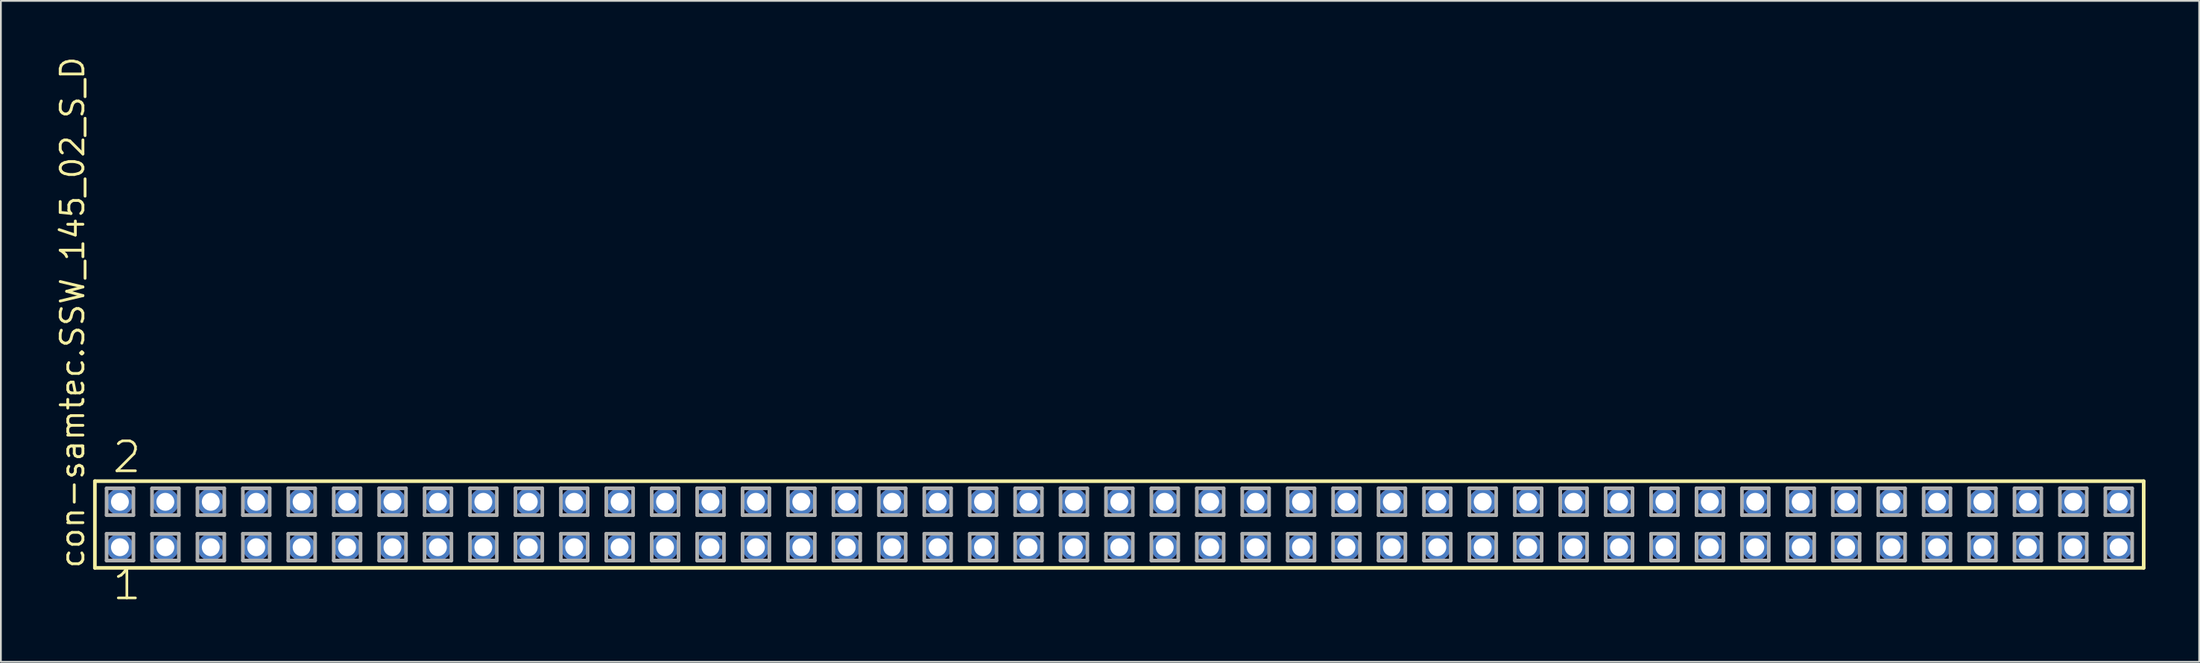
<source format=kicad_pcb>
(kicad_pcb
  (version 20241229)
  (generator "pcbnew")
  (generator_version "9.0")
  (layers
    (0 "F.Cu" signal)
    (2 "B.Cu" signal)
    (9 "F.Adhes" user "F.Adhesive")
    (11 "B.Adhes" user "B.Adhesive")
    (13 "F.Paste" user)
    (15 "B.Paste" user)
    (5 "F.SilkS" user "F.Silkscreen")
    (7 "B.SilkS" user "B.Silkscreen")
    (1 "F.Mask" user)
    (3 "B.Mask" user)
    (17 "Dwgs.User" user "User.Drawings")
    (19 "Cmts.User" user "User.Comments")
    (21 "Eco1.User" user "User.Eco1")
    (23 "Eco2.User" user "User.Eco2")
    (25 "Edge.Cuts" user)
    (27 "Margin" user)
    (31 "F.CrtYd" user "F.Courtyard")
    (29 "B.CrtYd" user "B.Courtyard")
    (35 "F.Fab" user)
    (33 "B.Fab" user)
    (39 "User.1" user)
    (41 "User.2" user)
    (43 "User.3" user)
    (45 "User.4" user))
  (footprint "con-samtec.SSW_145_02_S_D"
    (layer "F.Cu")
    (at 59.535 26.291)
    (property "Reference" "con-samtec.SSW_145_02_S_D" (at -57.785 2.54 90) (layer "F.SilkS") (effects (font (size 1.27 1.27) (thickness 0.16)) (justify left bottom)))
    (attr through_hole)
    (fp_line (start -57.279 -2.425) (end 57.279 -2.425) (stroke (width 0.203) (type default)) (layer "F.SilkS"))
    (fp_line (start -57.279 2.425) (end -57.279 -2.425) (stroke (width 0.203) (type default)) (layer "F.SilkS"))
    (fp_line (start 57.279 -2.425) (end 57.279 2.425) (stroke (width 0.203) (type default)) (layer "F.SilkS"))
    (fp_line (start 57.279 2.425) (end -57.279 2.425) (stroke (width 0.203) (type default)) (layer "F.SilkS"))
    (fp_line (start -56.625 -2.025) (end -55.125 -2.025) (stroke (width 0.203) (type default)) (layer "F.Fab"))
    (fp_line (start -56.625 -0.525) (end -56.625 -2.025) (stroke (width 0.203) (type default)) (layer "F.Fab"))
    (fp_line (start -56.625 0.515) (end -55.125 0.515) (stroke (width 0.203) (type default)) (layer "F.Fab"))
    (fp_line (start -56.625 2.015) (end -56.625 0.515) (stroke (width 0.203) (type default)) (layer "F.Fab"))
    (fp_line (start -55.125 -2.025) (end -55.125 -0.525) (stroke (width 0.203) (type default)) (layer "F.Fab"))
    (fp_line (start -55.125 -0.525) (end -56.625 -0.525) (stroke (width 0.203) (type default)) (layer "F.Fab"))
    (fp_line (start -55.125 0.515) (end -55.125 2.015) (stroke (width 0.203) (type default)) (layer "F.Fab"))
    (fp_line (start -55.125 2.015) (end -56.625 2.015) (stroke (width 0.203) (type default)) (layer "F.Fab"))
    (fp_line (start -54.085 -2.025) (end -52.585 -2.025) (stroke (width 0.203) (type default)) (layer "F.Fab"))
    (fp_line (start -54.085 -0.525) (end -54.085 -2.025) (stroke (width 0.203) (type default)) (layer "F.Fab"))
    (fp_line (start -54.085 0.515) (end -52.585 0.515) (stroke (width 0.203) (type default)) (layer "F.Fab"))
    (fp_line (start -54.085 2.015) (end -54.085 0.515) (stroke (width 0.203) (type default)) (layer "F.Fab"))
    (fp_line (start -52.585 -2.025) (end -52.585 -0.525) (stroke (width 0.203) (type default)) (layer "F.Fab"))
    (fp_line (start -52.585 -0.525) (end -54.085 -0.525) (stroke (width 0.203) (type default)) (layer "F.Fab"))
    (fp_line (start -52.585 0.515) (end -52.585 2.015) (stroke (width 0.203) (type default)) (layer "F.Fab"))
    (fp_line (start -52.585 2.015) (end -54.085 2.015) (stroke (width 0.203) (type default)) (layer "F.Fab"))
    (fp_line (start -51.545 -2.025) (end -50.045 -2.025) (stroke (width 0.203) (type default)) (layer "F.Fab"))
    (fp_line (start -51.545 -0.525) (end -51.545 -2.025) (stroke (width 0.203) (type default)) (layer "F.Fab"))
    (fp_line (start -51.545 0.515) (end -50.045 0.515) (stroke (width 0.203) (type default)) (layer "F.Fab"))
    (fp_line (start -51.545 2.015) (end -51.545 0.515) (stroke (width 0.203) (type default)) (layer "F.Fab"))
    (fp_line (start -50.045 -2.025) (end -50.045 -0.525) (stroke (width 0.203) (type default)) (layer "F.Fab"))
    (fp_line (start -50.045 -0.525) (end -51.545 -0.525) (stroke (width 0.203) (type default)) (layer "F.Fab"))
    (fp_line (start -50.045 0.515) (end -50.045 2.015) (stroke (width 0.203) (type default)) (layer "F.Fab"))
    (fp_line (start -50.045 2.015) (end -51.545 2.015) (stroke (width 0.203) (type default)) (layer "F.Fab"))
    (fp_line (start -49.005 -2.025) (end -47.505 -2.025) (stroke (width 0.203) (type default)) (layer "F.Fab"))
    (fp_line (start -49.005 -0.525) (end -49.005 -2.025) (stroke (width 0.203) (type default)) (layer "F.Fab"))
    (fp_line (start -49.005 0.515) (end -47.505 0.515) (stroke (width 0.203) (type default)) (layer "F.Fab"))
    (fp_line (start -49.005 2.015) (end -49.005 0.515) (stroke (width 0.203) (type default)) (layer "F.Fab"))
    (fp_line (start -47.505 -2.025) (end -47.505 -0.525) (stroke (width 0.203) (type default)) (layer "F.Fab"))
    (fp_line (start -47.505 -0.525) (end -49.005 -0.525) (stroke (width 0.203) (type default)) (layer "F.Fab"))
    (fp_line (start -47.505 0.515) (end -47.505 2.015) (stroke (width 0.203) (type default)) (layer "F.Fab"))
    (fp_line (start -47.505 2.015) (end -49.005 2.015) (stroke (width 0.203) (type default)) (layer "F.Fab"))
    (fp_line (start -46.465 -2.025) (end -44.965 -2.025) (stroke (width 0.203) (type default)) (layer "F.Fab"))
    (fp_line (start -46.465 -0.525) (end -46.465 -2.025) (stroke (width 0.203) (type default)) (layer "F.Fab"))
    (fp_line (start -46.465 0.515) (end -44.965 0.515) (stroke (width 0.203) (type default)) (layer "F.Fab"))
    (fp_line (start -46.465 2.015) (end -46.465 0.515) (stroke (width 0.203) (type default)) (layer "F.Fab"))
    (fp_line (start -44.965 -2.025) (end -44.965 -0.525) (stroke (width 0.203) (type default)) (layer "F.Fab"))
    (fp_line (start -44.965 -0.525) (end -46.465 -0.525) (stroke (width 0.203) (type default)) (layer "F.Fab"))
    (fp_line (start -44.965 0.515) (end -44.965 2.015) (stroke (width 0.203) (type default)) (layer "F.Fab"))
    (fp_line (start -44.965 2.015) (end -46.465 2.015) (stroke (width 0.203) (type default)) (layer "F.Fab"))
    (fp_line (start -43.925 -2.025) (end -42.425 -2.025) (stroke (width 0.203) (type default)) (layer "F.Fab"))
    (fp_line (start -43.925 -0.525) (end -43.925 -2.025) (stroke (width 0.203) (type default)) (layer "F.Fab"))
    (fp_line (start -43.925 0.515) (end -42.425 0.515) (stroke (width 0.203) (type default)) (layer "F.Fab"))
    (fp_line (start -43.925 2.015) (end -43.925 0.515) (stroke (width 0.203) (type default)) (layer "F.Fab"))
    (fp_line (start -42.425 -2.025) (end -42.425 -0.525) (stroke (width 0.203) (type default)) (layer "F.Fab"))
    (fp_line (start -42.425 -0.525) (end -43.925 -0.525) (stroke (width 0.203) (type default)) (layer "F.Fab"))
    (fp_line (start -42.425 0.515) (end -42.425 2.015) (stroke (width 0.203) (type default)) (layer "F.Fab"))
    (fp_line (start -42.425 2.015) (end -43.925 2.015) (stroke (width 0.203) (type default)) (layer "F.Fab"))
    (fp_line (start -41.385 -2.025) (end -39.885 -2.025) (stroke (width 0.203) (type default)) (layer "F.Fab"))
    (fp_line (start -41.385 -0.525) (end -41.385 -2.025) (stroke (width 0.203) (type default)) (layer "F.Fab"))
    (fp_line (start -41.385 0.515) (end -39.885 0.515) (stroke (width 0.203) (type default)) (layer "F.Fab"))
    (fp_line (start -41.385 2.015) (end -41.385 0.515) (stroke (width 0.203) (type default)) (layer "F.Fab"))
    (fp_line (start -39.885 -2.025) (end -39.885 -0.525) (stroke (width 0.203) (type default)) (layer "F.Fab"))
    (fp_line (start -39.885 -0.525) (end -41.385 -0.525) (stroke (width 0.203) (type default)) (layer "F.Fab"))
    (fp_line (start -39.885 0.515) (end -39.885 2.015) (stroke (width 0.203) (type default)) (layer "F.Fab"))
    (fp_line (start -39.885 2.015) (end -41.385 2.015) (stroke (width 0.203) (type default)) (layer "F.Fab"))
    (fp_line (start -38.845 -2.025) (end -37.345 -2.025) (stroke (width 0.203) (type default)) (layer "F.Fab"))
    (fp_line (start -38.845 -0.525) (end -38.845 -2.025) (stroke (width 0.203) (type default)) (layer "F.Fab"))
    (fp_line (start -38.845 0.515) (end -37.345 0.515) (stroke (width 0.203) (type default)) (layer "F.Fab"))
    (fp_line (start -38.845 2.015) (end -38.845 0.515) (stroke (width 0.203) (type default)) (layer "F.Fab"))
    (fp_line (start -37.345 -2.025) (end -37.345 -0.525) (stroke (width 0.203) (type default)) (layer "F.Fab"))
    (fp_line (start -37.345 -0.525) (end -38.845 -0.525) (stroke (width 0.203) (type default)) (layer "F.Fab"))
    (fp_line (start -37.345 0.515) (end -37.345 2.015) (stroke (width 0.203) (type default)) (layer "F.Fab"))
    (fp_line (start -37.345 2.015) (end -38.845 2.015) (stroke (width 0.203) (type default)) (layer "F.Fab"))
    (fp_line (start -36.305 -2.025) (end -34.805 -2.025) (stroke (width 0.203) (type default)) (layer "F.Fab"))
    (fp_line (start -36.305 -0.525) (end -36.305 -2.025) (stroke (width 0.203) (type default)) (layer "F.Fab"))
    (fp_line (start -36.305 0.515) (end -34.805 0.515) (stroke (width 0.203) (type default)) (layer "F.Fab"))
    (fp_line (start -36.305 2.015) (end -36.305 0.515) (stroke (width 0.203) (type default)) (layer "F.Fab"))
    (fp_line (start -34.805 -2.025) (end -34.805 -0.525) (stroke (width 0.203) (type default)) (layer "F.Fab"))
    (fp_line (start -34.805 -0.525) (end -36.305 -0.525) (stroke (width 0.203) (type default)) (layer "F.Fab"))
    (fp_line (start -34.805 0.515) (end -34.805 2.015) (stroke (width 0.203) (type default)) (layer "F.Fab"))
    (fp_line (start -34.805 2.015) (end -36.305 2.015) (stroke (width 0.203) (type default)) (layer "F.Fab"))
    (fp_line (start -33.765 -2.025) (end -32.265 -2.025) (stroke (width 0.203) (type default)) (layer "F.Fab"))
    (fp_line (start -33.765 -0.525) (end -33.765 -2.025) (stroke (width 0.203) (type default)) (layer "F.Fab"))
    (fp_line (start -33.765 0.515) (end -32.265 0.515) (stroke (width 0.203) (type default)) (layer "F.Fab"))
    (fp_line (start -33.765 2.015) (end -33.765 0.515) (stroke (width 0.203) (type default)) (layer "F.Fab"))
    (fp_line (start -32.265 -2.025) (end -32.265 -0.525) (stroke (width 0.203) (type default)) (layer "F.Fab"))
    (fp_line (start -32.265 -0.525) (end -33.765 -0.525) (stroke (width 0.203) (type default)) (layer "F.Fab"))
    (fp_line (start -32.265 0.515) (end -32.265 2.015) (stroke (width 0.203) (type default)) (layer "F.Fab"))
    (fp_line (start -32.265 2.015) (end -33.765 2.015) (stroke (width 0.203) (type default)) (layer "F.Fab"))
    (fp_line (start -31.225 -2.025) (end -29.725 -2.025) (stroke (width 0.203) (type default)) (layer "F.Fab"))
    (fp_line (start -31.225 -0.525) (end -31.225 -2.025) (stroke (width 0.203) (type default)) (layer "F.Fab"))
    (fp_line (start -31.225 0.515) (end -29.725 0.515) (stroke (width 0.203) (type default)) (layer "F.Fab"))
    (fp_line (start -31.225 2.015) (end -31.225 0.515) (stroke (width 0.203) (type default)) (layer "F.Fab"))
    (fp_line (start -29.725 -2.025) (end -29.725 -0.525) (stroke (width 0.203) (type default)) (layer "F.Fab"))
    (fp_line (start -29.725 -0.525) (end -31.225 -0.525) (stroke (width 0.203) (type default)) (layer "F.Fab"))
    (fp_line (start -29.725 0.515) (end -29.725 2.015) (stroke (width 0.203) (type default)) (layer "F.Fab"))
    (fp_line (start -29.725 2.015) (end -31.225 2.015) (stroke (width 0.203) (type default)) (layer "F.Fab"))
    (fp_line (start -28.685 -2.025) (end -27.185 -2.025) (stroke (width 0.203) (type default)) (layer "F.Fab"))
    (fp_line (start -28.685 -0.525) (end -28.685 -2.025) (stroke (width 0.203) (type default)) (layer "F.Fab"))
    (fp_line (start -28.685 0.515) (end -27.185 0.515) (stroke (width 0.203) (type default)) (layer "F.Fab"))
    (fp_line (start -28.685 2.015) (end -28.685 0.515) (stroke (width 0.203) (type default)) (layer "F.Fab"))
    (fp_line (start -27.185 -2.025) (end -27.185 -0.525) (stroke (width 0.203) (type default)) (layer "F.Fab"))
    (fp_line (start -27.185 -0.525) (end -28.685 -0.525) (stroke (width 0.203) (type default)) (layer "F.Fab"))
    (fp_line (start -27.185 0.515) (end -27.185 2.015) (stroke (width 0.203) (type default)) (layer "F.Fab"))
    (fp_line (start -27.185 2.015) (end -28.685 2.015) (stroke (width 0.203) (type default)) (layer "F.Fab"))
    (fp_line (start -26.145 -2.025) (end -24.645 -2.025) (stroke (width 0.203) (type default)) (layer "F.Fab"))
    (fp_line (start -26.145 -0.525) (end -26.145 -2.025) (stroke (width 0.203) (type default)) (layer "F.Fab"))
    (fp_line (start -26.145 0.515) (end -24.645 0.515) (stroke (width 0.203) (type default)) (layer "F.Fab"))
    (fp_line (start -26.145 2.015) (end -26.145 0.515) (stroke (width 0.203) (type default)) (layer "F.Fab"))
    (fp_line (start -24.645 -2.025) (end -24.645 -0.525) (stroke (width 0.203) (type default)) (layer "F.Fab"))
    (fp_line (start -24.645 -0.525) (end -26.145 -0.525) (stroke (width 0.203) (type default)) (layer "F.Fab"))
    (fp_line (start -24.645 0.515) (end -24.645 2.015) (stroke (width 0.203) (type default)) (layer "F.Fab"))
    (fp_line (start -24.645 2.015) (end -26.145 2.015) (stroke (width 0.203) (type default)) (layer "F.Fab"))
    (fp_line (start -23.605 -2.025) (end -22.105 -2.025) (stroke (width 0.203) (type default)) (layer "F.Fab"))
    (fp_line (start -23.605 -0.525) (end -23.605 -2.025) (stroke (width 0.203) (type default)) (layer "F.Fab"))
    (fp_line (start -23.605 0.515) (end -22.105 0.515) (stroke (width 0.203) (type default)) (layer "F.Fab"))
    (fp_line (start -23.605 2.015) (end -23.605 0.515) (stroke (width 0.203) (type default)) (layer "F.Fab"))
    (fp_line (start -22.105 -2.025) (end -22.105 -0.525) (stroke (width 0.203) (type default)) (layer "F.Fab"))
    (fp_line (start -22.105 -0.525) (end -23.605 -0.525) (stroke (width 0.203) (type default)) (layer "F.Fab"))
    (fp_line (start -22.105 0.515) (end -22.105 2.015) (stroke (width 0.203) (type default)) (layer "F.Fab"))
    (fp_line (start -22.105 2.015) (end -23.605 2.015) (stroke (width 0.203) (type default)) (layer "F.Fab"))
    (fp_line (start -21.065 -2.025) (end -19.565 -2.025) (stroke (width 0.203) (type default)) (layer "F.Fab"))
    (fp_line (start -21.065 -0.525) (end -21.065 -2.025) (stroke (width 0.203) (type default)) (layer "F.Fab"))
    (fp_line (start -21.065 0.515) (end -19.565 0.515) (stroke (width 0.203) (type default)) (layer "F.Fab"))
    (fp_line (start -21.065 2.015) (end -21.065 0.515) (stroke (width 0.203) (type default)) (layer "F.Fab"))
    (fp_line (start -19.565 -2.025) (end -19.565 -0.525) (stroke (width 0.203) (type default)) (layer "F.Fab"))
    (fp_line (start -19.565 -0.525) (end -21.065 -0.525) (stroke (width 0.203) (type default)) (layer "F.Fab"))
    (fp_line (start -19.565 0.515) (end -19.565 2.015) (stroke (width 0.203) (type default)) (layer "F.Fab"))
    (fp_line (start -19.565 2.015) (end -21.065 2.015) (stroke (width 0.203) (type default)) (layer "F.Fab"))
    (fp_line (start -18.525 -2.025) (end -17.025 -2.025) (stroke (width 0.203) (type default)) (layer "F.Fab"))
    (fp_line (start -18.525 -0.525) (end -18.525 -2.025) (stroke (width 0.203) (type default)) (layer "F.Fab"))
    (fp_line (start -18.525 0.515) (end -17.025 0.515) (stroke (width 0.203) (type default)) (layer "F.Fab"))
    (fp_line (start -18.525 2.015) (end -18.525 0.515) (stroke (width 0.203) (type default)) (layer "F.Fab"))
    (fp_line (start -17.025 -2.025) (end -17.025 -0.525) (stroke (width 0.203) (type default)) (layer "F.Fab"))
    (fp_line (start -17.025 -0.525) (end -18.525 -0.525) (stroke (width 0.203) (type default)) (layer "F.Fab"))
    (fp_line (start -17.025 0.515) (end -17.025 2.015) (stroke (width 0.203) (type default)) (layer "F.Fab"))
    (fp_line (start -17.025 2.015) (end -18.525 2.015) (stroke (width 0.203) (type default)) (layer "F.Fab"))
    (fp_line (start -15.985 -2.025) (end -14.485 -2.025) (stroke (width 0.203) (type default)) (layer "F.Fab"))
    (fp_line (start -15.985 -0.525) (end -15.985 -2.025) (stroke (width 0.203) (type default)) (layer "F.Fab"))
    (fp_line (start -15.985 0.515) (end -14.485 0.515) (stroke (width 0.203) (type default)) (layer "F.Fab"))
    (fp_line (start -15.985 2.015) (end -15.985 0.515) (stroke (width 0.203) (type default)) (layer "F.Fab"))
    (fp_line (start -14.485 -2.025) (end -14.485 -0.525) (stroke (width 0.203) (type default)) (layer "F.Fab"))
    (fp_line (start -14.485 -0.525) (end -15.985 -0.525) (stroke (width 0.203) (type default)) (layer "F.Fab"))
    (fp_line (start -14.485 0.515) (end -14.485 2.015) (stroke (width 0.203) (type default)) (layer "F.Fab"))
    (fp_line (start -14.485 2.015) (end -15.985 2.015) (stroke (width 0.203) (type default)) (layer "F.Fab"))
    (fp_line (start -13.445 -2.025) (end -11.945 -2.025) (stroke (width 0.203) (type default)) (layer "F.Fab"))
    (fp_line (start -13.445 -0.525) (end -13.445 -2.025) (stroke (width 0.203) (type default)) (layer "F.Fab"))
    (fp_line (start -13.445 0.515) (end -11.945 0.515) (stroke (width 0.203) (type default)) (layer "F.Fab"))
    (fp_line (start -13.445 2.015) (end -13.445 0.515) (stroke (width 0.203) (type default)) (layer "F.Fab"))
    (fp_line (start -11.945 -2.025) (end -11.945 -0.525) (stroke (width 0.203) (type default)) (layer "F.Fab"))
    (fp_line (start -11.945 -0.525) (end -13.445 -0.525) (stroke (width 0.203) (type default)) (layer "F.Fab"))
    (fp_line (start -11.945 0.515) (end -11.945 2.015) (stroke (width 0.203) (type default)) (layer "F.Fab"))
    (fp_line (start -11.945 2.015) (end -13.445 2.015) (stroke (width 0.203) (type default)) (layer "F.Fab"))
    (fp_line (start -10.905 -2.025) (end -9.405 -2.025) (stroke (width 0.203) (type default)) (layer "F.Fab"))
    (fp_line (start -10.905 -0.525) (end -10.905 -2.025) (stroke (width 0.203) (type default)) (layer "F.Fab"))
    (fp_line (start -10.905 0.515) (end -9.405 0.515) (stroke (width 0.203) (type default)) (layer "F.Fab"))
    (fp_line (start -10.905 2.015) (end -10.905 0.515) (stroke (width 0.203) (type default)) (layer "F.Fab"))
    (fp_line (start -9.405 -2.025) (end -9.405 -0.525) (stroke (width 0.203) (type default)) (layer "F.Fab"))
    (fp_line (start -9.405 -0.525) (end -10.905 -0.525) (stroke (width 0.203) (type default)) (layer "F.Fab"))
    (fp_line (start -9.405 0.515) (end -9.405 2.015) (stroke (width 0.203) (type default)) (layer "F.Fab"))
    (fp_line (start -9.405 2.015) (end -10.905 2.015) (stroke (width 0.203) (type default)) (layer "F.Fab"))
    (fp_line (start -8.365 -2.025) (end -6.865 -2.025) (stroke (width 0.203) (type default)) (layer "F.Fab"))
    (fp_line (start -8.365 -0.525) (end -8.365 -2.025) (stroke (width 0.203) (type default)) (layer "F.Fab"))
    (fp_line (start -8.365 0.515) (end -6.865 0.515) (stroke (width 0.203) (type default)) (layer "F.Fab"))
    (fp_line (start -8.365 2.015) (end -8.365 0.515) (stroke (width 0.203) (type default)) (layer "F.Fab"))
    (fp_line (start -6.865 -2.025) (end -6.865 -0.525) (stroke (width 0.203) (type default)) (layer "F.Fab"))
    (fp_line (start -6.865 -0.525) (end -8.365 -0.525) (stroke (width 0.203) (type default)) (layer "F.Fab"))
    (fp_line (start -6.865 0.515) (end -6.865 2.015) (stroke (width 0.203) (type default)) (layer "F.Fab"))
    (fp_line (start -6.865 2.015) (end -8.365 2.015) (stroke (width 0.203) (type default)) (layer "F.Fab"))
    (fp_line (start -5.825 -2.025) (end -4.325 -2.025) (stroke (width 0.203) (type default)) (layer "F.Fab"))
    (fp_line (start -5.825 -0.525) (end -5.825 -2.025) (stroke (width 0.203) (type default)) (layer "F.Fab"))
    (fp_line (start -5.825 0.515) (end -4.325 0.515) (stroke (width 0.203) (type default)) (layer "F.Fab"))
    (fp_line (start -5.825 2.015) (end -5.825 0.515) (stroke (width 0.203) (type default)) (layer "F.Fab"))
    (fp_line (start -4.325 -2.025) (end -4.325 -0.525) (stroke (width 0.203) (type default)) (layer "F.Fab"))
    (fp_line (start -4.325 -0.525) (end -5.825 -0.525) (stroke (width 0.203) (type default)) (layer "F.Fab"))
    (fp_line (start -4.325 0.515) (end -4.325 2.015) (stroke (width 0.203) (type default)) (layer "F.Fab"))
    (fp_line (start -4.325 2.015) (end -5.825 2.015) (stroke (width 0.203) (type default)) (layer "F.Fab"))
    (fp_line (start -3.285 -2.025) (end -1.785 -2.025) (stroke (width 0.203) (type default)) (layer "F.Fab"))
    (fp_line (start -3.285 -0.525) (end -3.285 -2.025) (stroke (width 0.203) (type default)) (layer "F.Fab"))
    (fp_line (start -3.285 0.515) (end -1.785 0.515) (stroke (width 0.203) (type default)) (layer "F.Fab"))
    (fp_line (start -3.285 2.015) (end -3.285 0.515) (stroke (width 0.203) (type default)) (layer "F.Fab"))
    (fp_line (start -1.785 -2.025) (end -1.785 -0.525) (stroke (width 0.203) (type default)) (layer "F.Fab"))
    (fp_line (start -1.785 -0.525) (end -3.285 -0.525) (stroke (width 0.203) (type default)) (layer "F.Fab"))
    (fp_line (start -1.785 0.515) (end -1.785 2.015) (stroke (width 0.203) (type default)) (layer "F.Fab"))
    (fp_line (start -1.785 2.015) (end -3.285 2.015) (stroke (width 0.203) (type default)) (layer "F.Fab"))
    (fp_line (start -0.745 -2.025) (end 0.755 -2.025) (stroke (width 0.203) (type default)) (layer "F.Fab"))
    (fp_line (start -0.745 -0.525) (end -0.745 -2.025) (stroke (width 0.203) (type default)) (layer "F.Fab"))
    (fp_line (start -0.745 0.515) (end 0.755 0.515) (stroke (width 0.203) (type default)) (layer "F.Fab"))
    (fp_line (start -0.745 2.015) (end -0.745 0.515) (stroke (width 0.203) (type default)) (layer "F.Fab"))
    (fp_line (start 0.755 -2.025) (end 0.755 -0.525) (stroke (width 0.203) (type default)) (layer "F.Fab"))
    (fp_line (start 0.755 -0.525) (end -0.745 -0.525) (stroke (width 0.203) (type default)) (layer "F.Fab"))
    (fp_line (start 0.755 0.515) (end 0.755 2.015) (stroke (width 0.203) (type default)) (layer "F.Fab"))
    (fp_line (start 0.755 2.015) (end -0.745 2.015) (stroke (width 0.203) (type default)) (layer "F.Fab"))
    (fp_line (start 1.795 -2.025) (end 3.295 -2.025) (stroke (width 0.203) (type default)) (layer "F.Fab"))
    (fp_line (start 1.795 -0.525) (end 1.795 -2.025) (stroke (width 0.203) (type default)) (layer "F.Fab"))
    (fp_line (start 1.795 0.515) (end 3.295 0.515) (stroke (width 0.203) (type default)) (layer "F.Fab"))
    (fp_line (start 1.795 2.015) (end 1.795 0.515) (stroke (width 0.203) (type default)) (layer "F.Fab"))
    (fp_line (start 3.295 -2.025) (end 3.295 -0.525) (stroke (width 0.203) (type default)) (layer "F.Fab"))
    (fp_line (start 3.295 -0.525) (end 1.795 -0.525) (stroke (width 0.203) (type default)) (layer "F.Fab"))
    (fp_line (start 3.295 0.515) (end 3.295 2.015) (stroke (width 0.203) (type default)) (layer "F.Fab"))
    (fp_line (start 3.295 2.015) (end 1.795 2.015) (stroke (width 0.203) (type default)) (layer "F.Fab"))
    (fp_line (start 4.335 -2.025) (end 5.835 -2.025) (stroke (width 0.203) (type default)) (layer "F.Fab"))
    (fp_line (start 4.335 -0.525) (end 4.335 -2.025) (stroke (width 0.203) (type default)) (layer "F.Fab"))
    (fp_line (start 4.335 0.515) (end 5.835 0.515) (stroke (width 0.203) (type default)) (layer "F.Fab"))
    (fp_line (start 4.335 2.015) (end 4.335 0.515) (stroke (width 0.203) (type default)) (layer "F.Fab"))
    (fp_line (start 5.835 -2.025) (end 5.835 -0.525) (stroke (width 0.203) (type default)) (layer "F.Fab"))
    (fp_line (start 5.835 -0.525) (end 4.335 -0.525) (stroke (width 0.203) (type default)) (layer "F.Fab"))
    (fp_line (start 5.835 0.515) (end 5.835 2.015) (stroke (width 0.203) (type default)) (layer "F.Fab"))
    (fp_line (start 5.835 2.015) (end 4.335 2.015) (stroke (width 0.203) (type default)) (layer "F.Fab"))
    (fp_line (start 6.875 -2.025) (end 8.375 -2.025) (stroke (width 0.203) (type default)) (layer "F.Fab"))
    (fp_line (start 6.875 -0.525) (end 6.875 -2.025) (stroke (width 0.203) (type default)) (layer "F.Fab"))
    (fp_line (start 6.875 0.515) (end 8.375 0.515) (stroke (width 0.203) (type default)) (layer "F.Fab"))
    (fp_line (start 6.875 2.015) (end 6.875 0.515) (stroke (width 0.203) (type default)) (layer "F.Fab"))
    (fp_line (start 8.375 -2.025) (end 8.375 -0.525) (stroke (width 0.203) (type default)) (layer "F.Fab"))
    (fp_line (start 8.375 -0.525) (end 6.875 -0.525) (stroke (width 0.203) (type default)) (layer "F.Fab"))
    (fp_line (start 8.375 0.515) (end 8.375 2.015) (stroke (width 0.203) (type default)) (layer "F.Fab"))
    (fp_line (start 8.375 2.015) (end 6.875 2.015) (stroke (width 0.203) (type default)) (layer "F.Fab"))
    (fp_line (start 9.415 -2.025) (end 10.915 -2.025) (stroke (width 0.203) (type default)) (layer "F.Fab"))
    (fp_line (start 9.415 -0.525) (end 9.415 -2.025) (stroke (width 0.203) (type default)) (layer "F.Fab"))
    (fp_line (start 9.415 0.515) (end 10.915 0.515) (stroke (width 0.203) (type default)) (layer "F.Fab"))
    (fp_line (start 9.415 2.015) (end 9.415 0.515) (stroke (width 0.203) (type default)) (layer "F.Fab"))
    (fp_line (start 10.915 -2.025) (end 10.915 -0.525) (stroke (width 0.203) (type default)) (layer "F.Fab"))
    (fp_line (start 10.915 -0.525) (end 9.415 -0.525) (stroke (width 0.203) (type default)) (layer "F.Fab"))
    (fp_line (start 10.915 0.515) (end 10.915 2.015) (stroke (width 0.203) (type default)) (layer "F.Fab"))
    (fp_line (start 10.915 2.015) (end 9.415 2.015) (stroke (width 0.203) (type default)) (layer "F.Fab"))
    (fp_line (start 11.955 -2.025) (end 13.455 -2.025) (stroke (width 0.203) (type default)) (layer "F.Fab"))
    (fp_line (start 11.955 -0.525) (end 11.955 -2.025) (stroke (width 0.203) (type default)) (layer "F.Fab"))
    (fp_line (start 11.955 0.515) (end 13.455 0.515) (stroke (width 0.203) (type default)) (layer "F.Fab"))
    (fp_line (start 11.955 2.015) (end 11.955 0.515) (stroke (width 0.203) (type default)) (layer "F.Fab"))
    (fp_line (start 13.455 -2.025) (end 13.455 -0.525) (stroke (width 0.203) (type default)) (layer "F.Fab"))
    (fp_line (start 13.455 -0.525) (end 11.955 -0.525) (stroke (width 0.203) (type default)) (layer "F.Fab"))
    (fp_line (start 13.455 0.515) (end 13.455 2.015) (stroke (width 0.203) (type default)) (layer "F.Fab"))
    (fp_line (start 13.455 2.015) (end 11.955 2.015) (stroke (width 0.203) (type default)) (layer "F.Fab"))
    (fp_line (start 14.495 -2.025) (end 15.995 -2.025) (stroke (width 0.203) (type default)) (layer "F.Fab"))
    (fp_line (start 14.495 -0.525) (end 14.495 -2.025) (stroke (width 0.203) (type default)) (layer "F.Fab"))
    (fp_line (start 14.495 0.515) (end 15.995 0.515) (stroke (width 0.203) (type default)) (layer "F.Fab"))
    (fp_line (start 14.495 2.015) (end 14.495 0.515) (stroke (width 0.203) (type default)) (layer "F.Fab"))
    (fp_line (start 15.995 -2.025) (end 15.995 -0.525) (stroke (width 0.203) (type default)) (layer "F.Fab"))
    (fp_line (start 15.995 -0.525) (end 14.495 -0.525) (stroke (width 0.203) (type default)) (layer "F.Fab"))
    (fp_line (start 15.995 0.515) (end 15.995 2.015) (stroke (width 0.203) (type default)) (layer "F.Fab"))
    (fp_line (start 15.995 2.015) (end 14.495 2.015) (stroke (width 0.203) (type default)) (layer "F.Fab"))
    (fp_line (start 17.035 -2.025) (end 18.535 -2.025) (stroke (width 0.203) (type default)) (layer "F.Fab"))
    (fp_line (start 17.035 -0.525) (end 17.035 -2.025) (stroke (width 0.203) (type default)) (layer "F.Fab"))
    (fp_line (start 17.035 0.515) (end 18.535 0.515) (stroke (width 0.203) (type default)) (layer "F.Fab"))
    (fp_line (start 17.035 2.015) (end 17.035 0.515) (stroke (width 0.203) (type default)) (layer "F.Fab"))
    (fp_line (start 18.535 -2.025) (end 18.535 -0.525) (stroke (width 0.203) (type default)) (layer "F.Fab"))
    (fp_line (start 18.535 -0.525) (end 17.035 -0.525) (stroke (width 0.203) (type default)) (layer "F.Fab"))
    (fp_line (start 18.535 0.515) (end 18.535 2.015) (stroke (width 0.203) (type default)) (layer "F.Fab"))
    (fp_line (start 18.535 2.015) (end 17.035 2.015) (stroke (width 0.203) (type default)) (layer "F.Fab"))
    (fp_line (start 19.575 -2.025) (end 21.075 -2.025) (stroke (width 0.203) (type default)) (layer "F.Fab"))
    (fp_line (start 19.575 -0.525) (end 19.575 -2.025) (stroke (width 0.203) (type default)) (layer "F.Fab"))
    (fp_line (start 19.575 0.515) (end 21.075 0.515) (stroke (width 0.203) (type default)) (layer "F.Fab"))
    (fp_line (start 19.575 2.015) (end 19.575 0.515) (stroke (width 0.203) (type default)) (layer "F.Fab"))
    (fp_line (start 21.075 -2.025) (end 21.075 -0.525) (stroke (width 0.203) (type default)) (layer "F.Fab"))
    (fp_line (start 21.075 -0.525) (end 19.575 -0.525) (stroke (width 0.203) (type default)) (layer "F.Fab"))
    (fp_line (start 21.075 0.515) (end 21.075 2.015) (stroke (width 0.203) (type default)) (layer "F.Fab"))
    (fp_line (start 21.075 2.015) (end 19.575 2.015) (stroke (width 0.203) (type default)) (layer "F.Fab"))
    (fp_line (start 22.115 -2.025) (end 23.615 -2.025) (stroke (width 0.203) (type default)) (layer "F.Fab"))
    (fp_line (start 22.115 -0.525) (end 22.115 -2.025) (stroke (width 0.203) (type default)) (layer "F.Fab"))
    (fp_line (start 22.115 0.515) (end 23.615 0.515) (stroke (width 0.203) (type default)) (layer "F.Fab"))
    (fp_line (start 22.115 2.015) (end 22.115 0.515) (stroke (width 0.203) (type default)) (layer "F.Fab"))
    (fp_line (start 23.615 -2.025) (end 23.615 -0.525) (stroke (width 0.203) (type default)) (layer "F.Fab"))
    (fp_line (start 23.615 -0.525) (end 22.115 -0.525) (stroke (width 0.203) (type default)) (layer "F.Fab"))
    (fp_line (start 23.615 0.515) (end 23.615 2.015) (stroke (width 0.203) (type default)) (layer "F.Fab"))
    (fp_line (start 23.615 2.015) (end 22.115 2.015) (stroke (width 0.203) (type default)) (layer "F.Fab"))
    (fp_line (start 24.655 -2.025) (end 26.155 -2.025) (stroke (width 0.203) (type default)) (layer "F.Fab"))
    (fp_line (start 24.655 -0.525) (end 24.655 -2.025) (stroke (width 0.203) (type default)) (layer "F.Fab"))
    (fp_line (start 24.655 0.515) (end 26.155 0.515) (stroke (width 0.203) (type default)) (layer "F.Fab"))
    (fp_line (start 24.655 2.015) (end 24.655 0.515) (stroke (width 0.203) (type default)) (layer "F.Fab"))
    (fp_line (start 26.155 -2.025) (end 26.155 -0.525) (stroke (width 0.203) (type default)) (layer "F.Fab"))
    (fp_line (start 26.155 -0.525) (end 24.655 -0.525) (stroke (width 0.203) (type default)) (layer "F.Fab"))
    (fp_line (start 26.155 0.515) (end 26.155 2.015) (stroke (width 0.203) (type default)) (layer "F.Fab"))
    (fp_line (start 26.155 2.015) (end 24.655 2.015) (stroke (width 0.203) (type default)) (layer "F.Fab"))
    (fp_line (start 27.195 -2.025) (end 28.695 -2.025) (stroke (width 0.203) (type default)) (layer "F.Fab"))
    (fp_line (start 27.195 -0.525) (end 27.195 -2.025) (stroke (width 0.203) (type default)) (layer "F.Fab"))
    (fp_line (start 27.195 0.515) (end 28.695 0.515) (stroke (width 0.203) (type default)) (layer "F.Fab"))
    (fp_line (start 27.195 2.015) (end 27.195 0.515) (stroke (width 0.203) (type default)) (layer "F.Fab"))
    (fp_line (start 28.695 -2.025) (end 28.695 -0.525) (stroke (width 0.203) (type default)) (layer "F.Fab"))
    (fp_line (start 28.695 -0.525) (end 27.195 -0.525) (stroke (width 0.203) (type default)) (layer "F.Fab"))
    (fp_line (start 28.695 0.515) (end 28.695 2.015) (stroke (width 0.203) (type default)) (layer "F.Fab"))
    (fp_line (start 28.695 2.015) (end 27.195 2.015) (stroke (width 0.203) (type default)) (layer "F.Fab"))
    (fp_line (start 29.735 -2.025) (end 31.235 -2.025) (stroke (width 0.203) (type default)) (layer "F.Fab"))
    (fp_line (start 29.735 -0.525) (end 29.735 -2.025) (stroke (width 0.203) (type default)) (layer "F.Fab"))
    (fp_line (start 29.735 0.515) (end 31.235 0.515) (stroke (width 0.203) (type default)) (layer "F.Fab"))
    (fp_line (start 29.735 2.015) (end 29.735 0.515) (stroke (width 0.203) (type default)) (layer "F.Fab"))
    (fp_line (start 31.235 -2.025) (end 31.235 -0.525) (stroke (width 0.203) (type default)) (layer "F.Fab"))
    (fp_line (start 31.235 -0.525) (end 29.735 -0.525) (stroke (width 0.203) (type default)) (layer "F.Fab"))
    (fp_line (start 31.235 0.515) (end 31.235 2.015) (stroke (width 0.203) (type default)) (layer "F.Fab"))
    (fp_line (start 31.235 2.015) (end 29.735 2.015) (stroke (width 0.203) (type default)) (layer "F.Fab"))
    (fp_line (start 32.275 -2.025) (end 33.775 -2.025) (stroke (width 0.203) (type default)) (layer "F.Fab"))
    (fp_line (start 32.275 -0.525) (end 32.275 -2.025) (stroke (width 0.203) (type default)) (layer "F.Fab"))
    (fp_line (start 32.275 0.515) (end 33.775 0.515) (stroke (width 0.203) (type default)) (layer "F.Fab"))
    (fp_line (start 32.275 2.015) (end 32.275 0.515) (stroke (width 0.203) (type default)) (layer "F.Fab"))
    (fp_line (start 33.775 -2.025) (end 33.775 -0.525) (stroke (width 0.203) (type default)) (layer "F.Fab"))
    (fp_line (start 33.775 -0.525) (end 32.275 -0.525) (stroke (width 0.203) (type default)) (layer "F.Fab"))
    (fp_line (start 33.775 0.515) (end 33.775 2.015) (stroke (width 0.203) (type default)) (layer "F.Fab"))
    (fp_line (start 33.775 2.015) (end 32.275 2.015) (stroke (width 0.203) (type default)) (layer "F.Fab"))
    (fp_line (start 34.815 -2.025) (end 36.315 -2.025) (stroke (width 0.203) (type default)) (layer "F.Fab"))
    (fp_line (start 34.815 -0.525) (end 34.815 -2.025) (stroke (width 0.203) (type default)) (layer "F.Fab"))
    (fp_line (start 34.815 0.515) (end 36.315 0.515) (stroke (width 0.203) (type default)) (layer "F.Fab"))
    (fp_line (start 34.815 2.015) (end 34.815 0.515) (stroke (width 0.203) (type default)) (layer "F.Fab"))
    (fp_line (start 36.315 -2.025) (end 36.315 -0.525) (stroke (width 0.203) (type default)) (layer "F.Fab"))
    (fp_line (start 36.315 -0.525) (end 34.815 -0.525) (stroke (width 0.203) (type default)) (layer "F.Fab"))
    (fp_line (start 36.315 0.515) (end 36.315 2.015) (stroke (width 0.203) (type default)) (layer "F.Fab"))
    (fp_line (start 36.315 2.015) (end 34.815 2.015) (stroke (width 0.203) (type default)) (layer "F.Fab"))
    (fp_line (start 37.355 -2.025) (end 38.855 -2.025) (stroke (width 0.203) (type default)) (layer "F.Fab"))
    (fp_line (start 37.355 -0.525) (end 37.355 -2.025) (stroke (width 0.203) (type default)) (layer "F.Fab"))
    (fp_line (start 37.355 0.515) (end 38.855 0.515) (stroke (width 0.203) (type default)) (layer "F.Fab"))
    (fp_line (start 37.355 2.015) (end 37.355 0.515) (stroke (width 0.203) (type default)) (layer "F.Fab"))
    (fp_line (start 38.855 -2.025) (end 38.855 -0.525) (stroke (width 0.203) (type default)) (layer "F.Fab"))
    (fp_line (start 38.855 -0.525) (end 37.355 -0.525) (stroke (width 0.203) (type default)) (layer "F.Fab"))
    (fp_line (start 38.855 0.515) (end 38.855 2.015) (stroke (width 0.203) (type default)) (layer "F.Fab"))
    (fp_line (start 38.855 2.015) (end 37.355 2.015) (stroke (width 0.203) (type default)) (layer "F.Fab"))
    (fp_line (start 39.895 -2.025) (end 41.395 -2.025) (stroke (width 0.203) (type default)) (layer "F.Fab"))
    (fp_line (start 39.895 -0.525) (end 39.895 -2.025) (stroke (width 0.203) (type default)) (layer "F.Fab"))
    (fp_line (start 39.895 0.515) (end 41.395 0.515) (stroke (width 0.203) (type default)) (layer "F.Fab"))
    (fp_line (start 39.895 2.015) (end 39.895 0.515) (stroke (width 0.203) (type default)) (layer "F.Fab"))
    (fp_line (start 41.395 -2.025) (end 41.395 -0.525) (stroke (width 0.203) (type default)) (layer "F.Fab"))
    (fp_line (start 41.395 -0.525) (end 39.895 -0.525) (stroke (width 0.203) (type default)) (layer "F.Fab"))
    (fp_line (start 41.395 0.515) (end 41.395 2.015) (stroke (width 0.203) (type default)) (layer "F.Fab"))
    (fp_line (start 41.395 2.015) (end 39.895 2.015) (stroke (width 0.203) (type default)) (layer "F.Fab"))
    (fp_line (start 42.435 -2.025) (end 43.935 -2.025) (stroke (width 0.203) (type default)) (layer "F.Fab"))
    (fp_line (start 42.435 -0.525) (end 42.435 -2.025) (stroke (width 0.203) (type default)) (layer "F.Fab"))
    (fp_line (start 42.435 0.515) (end 43.935 0.515) (stroke (width 0.203) (type default)) (layer "F.Fab"))
    (fp_line (start 42.435 2.015) (end 42.435 0.515) (stroke (width 0.203) (type default)) (layer "F.Fab"))
    (fp_line (start 43.935 -2.025) (end 43.935 -0.525) (stroke (width 0.203) (type default)) (layer "F.Fab"))
    (fp_line (start 43.935 -0.525) (end 42.435 -0.525) (stroke (width 0.203) (type default)) (layer "F.Fab"))
    (fp_line (start 43.935 0.515) (end 43.935 2.015) (stroke (width 0.203) (type default)) (layer "F.Fab"))
    (fp_line (start 43.935 2.015) (end 42.435 2.015) (stroke (width 0.203) (type default)) (layer "F.Fab"))
    (fp_line (start 44.975 -2.025) (end 46.475 -2.025) (stroke (width 0.203) (type default)) (layer "F.Fab"))
    (fp_line (start 44.975 -0.525) (end 44.975 -2.025) (stroke (width 0.203) (type default)) (layer "F.Fab"))
    (fp_line (start 44.975 0.515) (end 46.475 0.515) (stroke (width 0.203) (type default)) (layer "F.Fab"))
    (fp_line (start 44.975 2.015) (end 44.975 0.515) (stroke (width 0.203) (type default)) (layer "F.Fab"))
    (fp_line (start 46.475 -2.025) (end 46.475 -0.525) (stroke (width 0.203) (type default)) (layer "F.Fab"))
    (fp_line (start 46.475 -0.525) (end 44.975 -0.525) (stroke (width 0.203) (type default)) (layer "F.Fab"))
    (fp_line (start 46.475 0.515) (end 46.475 2.015) (stroke (width 0.203) (type default)) (layer "F.Fab"))
    (fp_line (start 46.475 2.015) (end 44.975 2.015) (stroke (width 0.203) (type default)) (layer "F.Fab"))
    (fp_line (start 47.515 -2.025) (end 49.015 -2.025) (stroke (width 0.203) (type default)) (layer "F.Fab"))
    (fp_line (start 47.515 -0.525) (end 47.515 -2.025) (stroke (width 0.203) (type default)) (layer "F.Fab"))
    (fp_line (start 47.515 0.515) (end 49.015 0.515) (stroke (width 0.203) (type default)) (layer "F.Fab"))
    (fp_line (start 47.515 2.015) (end 47.515 0.515) (stroke (width 0.203) (type default)) (layer "F.Fab"))
    (fp_line (start 49.015 -2.025) (end 49.015 -0.525) (stroke (width 0.203) (type default)) (layer "F.Fab"))
    (fp_line (start 49.015 -0.525) (end 47.515 -0.525) (stroke (width 0.203) (type default)) (layer "F.Fab"))
    (fp_line (start 49.015 0.515) (end 49.015 2.015) (stroke (width 0.203) (type default)) (layer "F.Fab"))
    (fp_line (start 49.015 2.015) (end 47.515 2.015) (stroke (width 0.203) (type default)) (layer "F.Fab"))
    (fp_line (start 50.055 -2.025) (end 51.555 -2.025) (stroke (width 0.203) (type default)) (layer "F.Fab"))
    (fp_line (start 50.055 -0.525) (end 50.055 -2.025) (stroke (width 0.203) (type default)) (layer "F.Fab"))
    (fp_line (start 50.055 0.515) (end 51.555 0.515) (stroke (width 0.203) (type default)) (layer "F.Fab"))
    (fp_line (start 50.055 2.015) (end 50.055 0.515) (stroke (width 0.203) (type default)) (layer "F.Fab"))
    (fp_line (start 51.555 -2.025) (end 51.555 -0.525) (stroke (width 0.203) (type default)) (layer "F.Fab"))
    (fp_line (start 51.555 -0.525) (end 50.055 -0.525) (stroke (width 0.203) (type default)) (layer "F.Fab"))
    (fp_line (start 51.555 0.515) (end 51.555 2.015) (stroke (width 0.203) (type default)) (layer "F.Fab"))
    (fp_line (start 51.555 2.015) (end 50.055 2.015) (stroke (width 0.203) (type default)) (layer "F.Fab"))
    (fp_line (start 52.595 -2.025) (end 54.095 -2.025) (stroke (width 0.203) (type default)) (layer "F.Fab"))
    (fp_line (start 52.595 -0.525) (end 52.595 -2.025) (stroke (width 0.203) (type default)) (layer "F.Fab"))
    (fp_line (start 52.595 0.515) (end 54.095 0.515) (stroke (width 0.203) (type default)) (layer "F.Fab"))
    (fp_line (start 52.595 2.015) (end 52.595 0.515) (stroke (width 0.203) (type default)) (layer "F.Fab"))
    (fp_line (start 54.095 -2.025) (end 54.095 -0.525) (stroke (width 0.203) (type default)) (layer "F.Fab"))
    (fp_line (start 54.095 -0.525) (end 52.595 -0.525) (stroke (width 0.203) (type default)) (layer "F.Fab"))
    (fp_line (start 54.095 0.515) (end 54.095 2.015) (stroke (width 0.203) (type default)) (layer "F.Fab"))
    (fp_line (start 54.095 2.015) (end 52.595 2.015) (stroke (width 0.203) (type default)) (layer "F.Fab"))
    (fp_line (start 55.135 -2.025) (end 56.635 -2.025) (stroke (width 0.203) (type default)) (layer "F.Fab"))
    (fp_line (start 55.135 -0.525) (end 55.135 -2.025) (stroke (width 0.203) (type default)) (layer "F.Fab"))
    (fp_line (start 55.135 0.515) (end 56.635 0.515) (stroke (width 0.203) (type default)) (layer "F.Fab"))
    (fp_line (start 55.135 2.015) (end 55.135 0.515) (stroke (width 0.203) (type default)) (layer "F.Fab"))
    (fp_line (start 56.635 -2.025) (end 56.635 -0.525) (stroke (width 0.203) (type default)) (layer "F.Fab"))
    (fp_line (start 56.635 -0.525) (end 55.135 -0.525) (stroke (width 0.203) (type default)) (layer "F.Fab"))
    (fp_line (start 56.635 0.515) (end 56.635 2.015) (stroke (width 0.203) (type default)) (layer "F.Fab"))
    (fp_line (start 56.635 2.015) (end 55.135 2.015) (stroke (width 0.203) (type default)) (layer "F.Fab"))
    (fp_text user "1" (at -56.388 4.318 0) (layer "F.SilkS") (effects (font (size 1.676 1.676) (thickness 0.15)) (justify left bottom)))
    (fp_text user "2" (at -56.388 -2.794 0) (layer "F.SilkS") (effects (font (size 1.676 1.676) (thickness 0.15)) (justify left bottom)))
    (pad "1" thru_hole circle (at -55.88 1.27) (size 1.5 1.5) (drill 1) (layers "*.Cu" "*.Mask"))
    (pad "2" thru_hole circle (at -55.88 -1.27) (size 1.5 1.5) (drill 1) (layers "*.Cu" "*.Mask"))
    (pad "3" thru_hole circle (at -53.34 1.27) (size 1.5 1.5) (drill 1) (layers "*.Cu" "*.Mask"))
    (pad "4" thru_hole circle (at -53.34 -1.27) (size 1.5 1.5) (drill 1) (layers "*.Cu" "*.Mask"))
    (pad "5" thru_hole circle (at -50.8 1.27) (size 1.5 1.5) (drill 1) (layers "*.Cu" "*.Mask"))
    (pad "6" thru_hole circle (at -50.8 -1.27) (size 1.5 1.5) (drill 1) (layers "*.Cu" "*.Mask"))
    (pad "7" thru_hole circle (at -48.26 1.27) (size 1.5 1.5) (drill 1) (layers "*.Cu" "*.Mask"))
    (pad "8" thru_hole circle (at -48.26 -1.27) (size 1.5 1.5) (drill 1) (layers "*.Cu" "*.Mask"))
    (pad "9" thru_hole circle (at -45.72 1.27) (size 1.5 1.5) (drill 1) (layers "*.Cu" "*.Mask"))
    (pad "10" thru_hole circle (at -45.72 -1.27) (size 1.5 1.5) (drill 1) (layers "*.Cu" "*.Mask"))
    (pad "11" thru_hole circle (at -43.18 1.27) (size 1.5 1.5) (drill 1) (layers "*.Cu" "*.Mask"))
    (pad "12" thru_hole circle (at -43.18 -1.27) (size 1.5 1.5) (drill 1) (layers "*.Cu" "*.Mask"))
    (pad "13" thru_hole circle (at -40.64 1.27) (size 1.5 1.5) (drill 1) (layers "*.Cu" "*.Mask"))
    (pad "14" thru_hole circle (at -40.64 -1.27) (size 1.5 1.5) (drill 1) (layers "*.Cu" "*.Mask"))
    (pad "15" thru_hole circle (at -38.1 1.27) (size 1.5 1.5) (drill 1) (layers "*.Cu" "*.Mask"))
    (pad "16" thru_hole circle (at -38.1 -1.27) (size 1.5 1.5) (drill 1) (layers "*.Cu" "*.Mask"))
    (pad "17" thru_hole circle (at -35.56 1.27) (size 1.5 1.5) (drill 1) (layers "*.Cu" "*.Mask"))
    (pad "18" thru_hole circle (at -35.56 -1.27) (size 1.5 1.5) (drill 1) (layers "*.Cu" "*.Mask"))
    (pad "19" thru_hole circle (at -33.02 1.27) (size 1.5 1.5) (drill 1) (layers "*.Cu" "*.Mask"))
    (pad "20" thru_hole circle (at -33.02 -1.27) (size 1.5 1.5) (drill 1) (layers "*.Cu" "*.Mask"))
    (pad "21" thru_hole circle (at -30.48 1.27) (size 1.5 1.5) (drill 1) (layers "*.Cu" "*.Mask"))
    (pad "22" thru_hole circle (at -30.48 -1.27) (size 1.5 1.5) (drill 1) (layers "*.Cu" "*.Mask"))
    (pad "23" thru_hole circle (at -27.94 1.27) (size 1.5 1.5) (drill 1) (layers "*.Cu" "*.Mask"))
    (pad "24" thru_hole circle (at -27.94 -1.27) (size 1.5 1.5) (drill 1) (layers "*.Cu" "*.Mask"))
    (pad "25" thru_hole circle (at -25.4 1.27) (size 1.5 1.5) (drill 1) (layers "*.Cu" "*.Mask"))
    (pad "26" thru_hole circle (at -25.4 -1.27) (size 1.5 1.5) (drill 1) (layers "*.Cu" "*.Mask"))
    (pad "27" thru_hole circle (at -22.86 1.27) (size 1.5 1.5) (drill 1) (layers "*.Cu" "*.Mask"))
    (pad "28" thru_hole circle (at -22.86 -1.27) (size 1.5 1.5) (drill 1) (layers "*.Cu" "*.Mask"))
    (pad "29" thru_hole circle (at -20.32 1.27) (size 1.5 1.5) (drill 1) (layers "*.Cu" "*.Mask"))
    (pad "30" thru_hole circle (at -20.32 -1.27) (size 1.5 1.5) (drill 1) (layers "*.Cu" "*.Mask"))
    (pad "31" thru_hole circle (at -17.78 1.27) (size 1.5 1.5) (drill 1) (layers "*.Cu" "*.Mask"))
    (pad "32" thru_hole circle (at -17.78 -1.27) (size 1.5 1.5) (drill 1) (layers "*.Cu" "*.Mask"))
    (pad "33" thru_hole circle (at -15.24 1.27) (size 1.5 1.5) (drill 1) (layers "*.Cu" "*.Mask"))
    (pad "34" thru_hole circle (at -15.24 -1.27) (size 1.5 1.5) (drill 1) (layers "*.Cu" "*.Mask"))
    (pad "35" thru_hole circle (at -12.7 1.27) (size 1.5 1.5) (drill 1) (layers "*.Cu" "*.Mask"))
    (pad "36" thru_hole circle (at -12.7 -1.27) (size 1.5 1.5) (drill 1) (layers "*.Cu" "*.Mask"))
    (pad "37" thru_hole circle (at -10.16 1.27) (size 1.5 1.5) (drill 1) (layers "*.Cu" "*.Mask"))
    (pad "38" thru_hole circle (at -10.16 -1.27) (size 1.5 1.5) (drill 1) (layers "*.Cu" "*.Mask"))
    (pad "39" thru_hole circle (at -7.62 1.27) (size 1.5 1.5) (drill 1) (layers "*.Cu" "*.Mask"))
    (pad "40" thru_hole circle (at -7.62 -1.27) (size 1.5 1.5) (drill 1) (layers "*.Cu" "*.Mask"))
    (pad "41" thru_hole circle (at -5.08 1.27) (size 1.5 1.5) (drill 1) (layers "*.Cu" "*.Mask"))
    (pad "42" thru_hole circle (at -5.08 -1.27) (size 1.5 1.5) (drill 1) (layers "*.Cu" "*.Mask"))
    (pad "43" thru_hole circle (at -2.54 1.27) (size 1.5 1.5) (drill 1) (layers "*.Cu" "*.Mask"))
    (pad "44" thru_hole circle (at -2.54 -1.27) (size 1.5 1.5) (drill 1) (layers "*.Cu" "*.Mask"))
    (pad "45" thru_hole circle (at 0 1.27) (size 1.5 1.5) (drill 1) (layers "*.Cu" "*.Mask"))
    (pad "46" thru_hole circle (at 0 -1.27) (size 1.5 1.5) (drill 1) (layers "*.Cu" "*.Mask"))
    (pad "47" thru_hole circle (at 2.54 1.27) (size 1.5 1.5) (drill 1) (layers "*.Cu" "*.Mask"))
    (pad "48" thru_hole circle (at 2.54 -1.27) (size 1.5 1.5) (drill 1) (layers "*.Cu" "*.Mask"))
    (pad "49" thru_hole circle (at 5.08 1.27) (size 1.5 1.5) (drill 1) (layers "*.Cu" "*.Mask"))
    (pad "50" thru_hole circle (at 5.08 -1.27) (size 1.5 1.5) (drill 1) (layers "*.Cu" "*.Mask"))
    (pad "51" thru_hole circle (at 7.62 1.27) (size 1.5 1.5) (drill 1) (layers "*.Cu" "*.Mask"))
    (pad "52" thru_hole circle (at 7.62 -1.27) (size 1.5 1.5) (drill 1) (layers "*.Cu" "*.Mask"))
    (pad "53" thru_hole circle (at 10.16 1.27) (size 1.5 1.5) (drill 1) (layers "*.Cu" "*.Mask"))
    (pad "54" thru_hole circle (at 10.16 -1.27) (size 1.5 1.5) (drill 1) (layers "*.Cu" "*.Mask"))
    (pad "55" thru_hole circle (at 12.7 1.27) (size 1.5 1.5) (drill 1) (layers "*.Cu" "*.Mask"))
    (pad "56" thru_hole circle (at 12.7 -1.27) (size 1.5 1.5) (drill 1) (layers "*.Cu" "*.Mask"))
    (pad "57" thru_hole circle (at 15.24 1.27) (size 1.5 1.5) (drill 1) (layers "*.Cu" "*.Mask"))
    (pad "58" thru_hole circle (at 15.24 -1.27) (size 1.5 1.5) (drill 1) (layers "*.Cu" "*.Mask"))
    (pad "59" thru_hole circle (at 17.78 1.27) (size 1.5 1.5) (drill 1) (layers "*.Cu" "*.Mask"))
    (pad "60" thru_hole circle (at 17.78 -1.27) (size 1.5 1.5) (drill 1) (layers "*.Cu" "*.Mask"))
    (pad "61" thru_hole circle (at 20.32 1.27) (size 1.5 1.5) (drill 1) (layers "*.Cu" "*.Mask"))
    (pad "62" thru_hole circle (at 20.32 -1.27) (size 1.5 1.5) (drill 1) (layers "*.Cu" "*.Mask"))
    (pad "63" thru_hole circle (at 22.86 1.27) (size 1.5 1.5) (drill 1) (layers "*.Cu" "*.Mask"))
    (pad "64" thru_hole circle (at 22.86 -1.27) (size 1.5 1.5) (drill 1) (layers "*.Cu" "*.Mask"))
    (pad "65" thru_hole circle (at 25.4 1.27) (size 1.5 1.5) (drill 1) (layers "*.Cu" "*.Mask"))
    (pad "66" thru_hole circle (at 25.4 -1.27) (size 1.5 1.5) (drill 1) (layers "*.Cu" "*.Mask"))
    (pad "67" thru_hole circle (at 27.94 1.27) (size 1.5 1.5) (drill 1) (layers "*.Cu" "*.Mask"))
    (pad "68" thru_hole circle (at 27.94 -1.27) (size 1.5 1.5) (drill 1) (layers "*.Cu" "*.Mask"))
    (pad "69" thru_hole circle (at 30.48 1.27) (size 1.5 1.5) (drill 1) (layers "*.Cu" "*.Mask"))
    (pad "70" thru_hole circle (at 30.48 -1.27) (size 1.5 1.5) (drill 1) (layers "*.Cu" "*.Mask"))
    (pad "71" thru_hole circle (at 33.02 1.27) (size 1.5 1.5) (drill 1) (layers "*.Cu" "*.Mask"))
    (pad "72" thru_hole circle (at 33.02 -1.27) (size 1.5 1.5) (drill 1) (layers "*.Cu" "*.Mask"))
    (pad "73" thru_hole circle (at 35.56 1.27) (size 1.5 1.5) (drill 1) (layers "*.Cu" "*.Mask"))
    (pad "74" thru_hole circle (at 35.56 -1.27) (size 1.5 1.5) (drill 1) (layers "*.Cu" "*.Mask"))
    (pad "75" thru_hole circle (at 38.1 1.27) (size 1.5 1.5) (drill 1) (layers "*.Cu" "*.Mask"))
    (pad "76" thru_hole circle (at 38.1 -1.27) (size 1.5 1.5) (drill 1) (layers "*.Cu" "*.Mask"))
    (pad "77" thru_hole circle (at 40.64 1.27) (size 1.5 1.5) (drill 1) (layers "*.Cu" "*.Mask"))
    (pad "78" thru_hole circle (at 40.64 -1.27) (size 1.5 1.5) (drill 1) (layers "*.Cu" "*.Mask"))
    (pad "79" thru_hole circle (at 43.18 1.27) (size 1.5 1.5) (drill 1) (layers "*.Cu" "*.Mask"))
    (pad "80" thru_hole circle (at 43.18 -1.27) (size 1.5 1.5) (drill 1) (layers "*.Cu" "*.Mask"))
    (pad "81" thru_hole circle (at 45.72 1.27) (size 1.5 1.5) (drill 1) (layers "*.Cu" "*.Mask"))
    (pad "82" thru_hole circle (at 45.72 -1.27) (size 1.5 1.5) (drill 1) (layers "*.Cu" "*.Mask"))
    (pad "83" thru_hole circle (at 48.26 1.27) (size 1.5 1.5) (drill 1) (layers "*.Cu" "*.Mask"))
    (pad "84" thru_hole circle (at 48.26 -1.27) (size 1.5 1.5) (drill 1) (layers "*.Cu" "*.Mask"))
    (pad "85" thru_hole circle (at 50.8 1.27) (size 1.5 1.5) (drill 1) (layers "*.Cu" "*.Mask"))
    (pad "86" thru_hole circle (at 50.8 -1.27) (size 1.5 1.5) (drill 1) (layers "*.Cu" "*.Mask"))
    (pad "87" thru_hole circle (at 53.34 1.27) (size 1.5 1.5) (drill 1) (layers "*.Cu" "*.Mask"))
    (pad "88" thru_hole circle (at 53.34 -1.27) (size 1.5 1.5) (drill 1) (layers "*.Cu" "*.Mask"))
    (pad "89" thru_hole circle (at 55.88 1.27) (size 1.5 1.5) (drill 1) (layers "*.Cu" "*.Mask"))
    (pad "90" thru_hole circle (at 55.88 -1.27) (size 1.5 1.5) (drill 1) (layers "*.Cu" "*.Mask")))
  (gr_rect
    (start -3 -3)
    (end 119.916 33.971)
    (stroke (width 0.1) (type default))
    (fill no)
    (layer "Edge.Cuts")))
</source>
